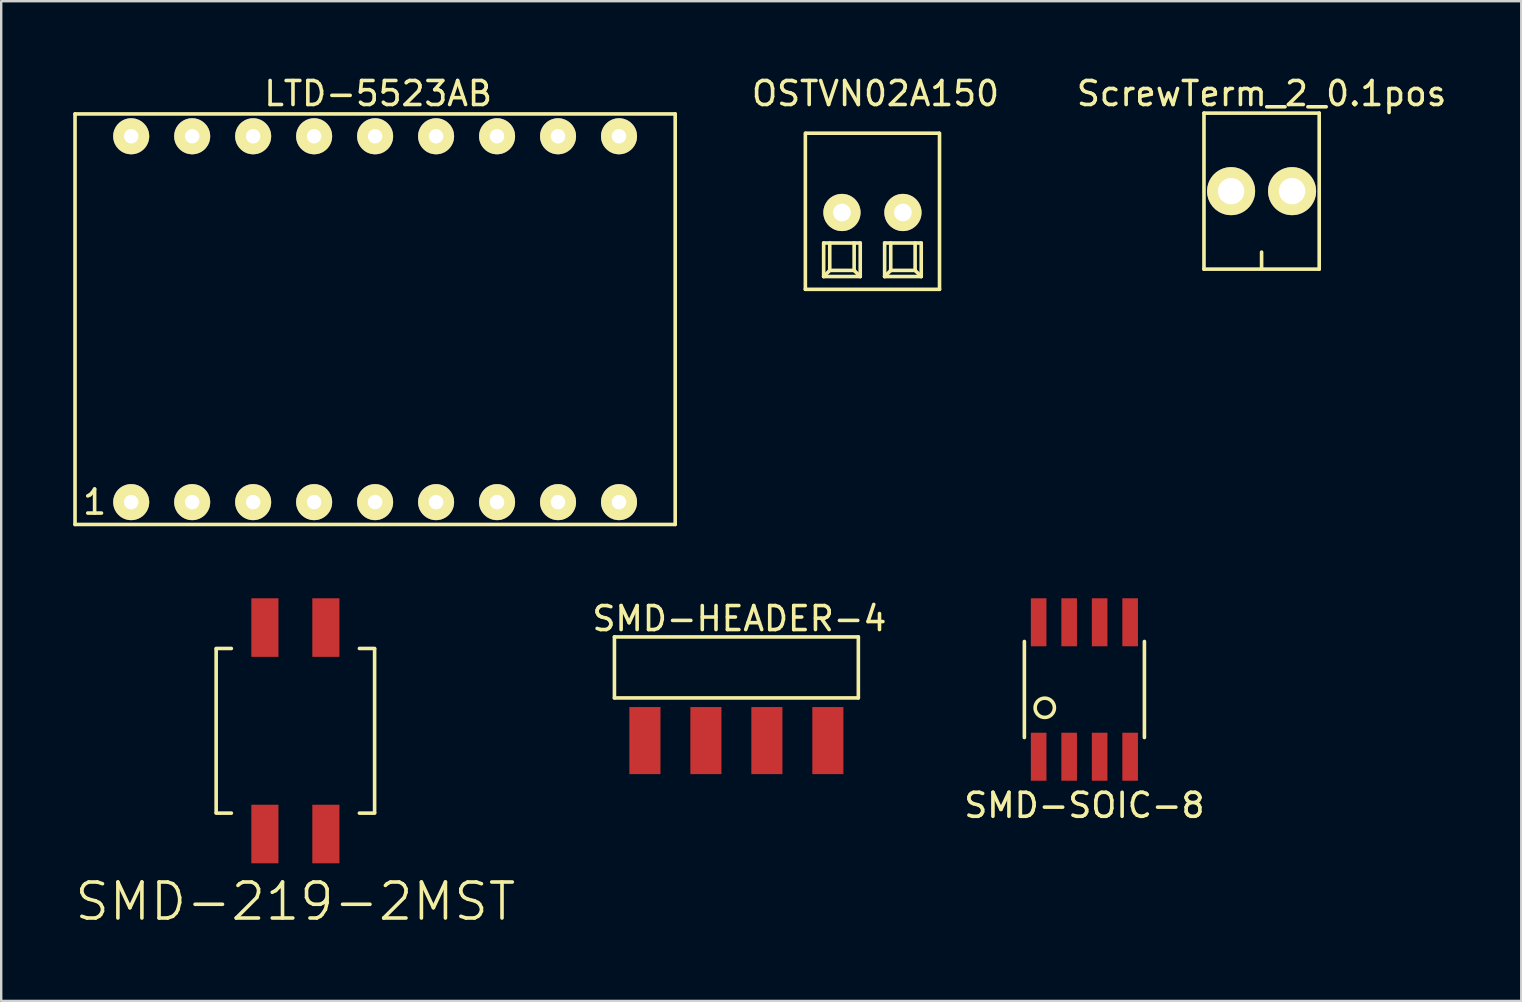
<source format=kicad_pcb>
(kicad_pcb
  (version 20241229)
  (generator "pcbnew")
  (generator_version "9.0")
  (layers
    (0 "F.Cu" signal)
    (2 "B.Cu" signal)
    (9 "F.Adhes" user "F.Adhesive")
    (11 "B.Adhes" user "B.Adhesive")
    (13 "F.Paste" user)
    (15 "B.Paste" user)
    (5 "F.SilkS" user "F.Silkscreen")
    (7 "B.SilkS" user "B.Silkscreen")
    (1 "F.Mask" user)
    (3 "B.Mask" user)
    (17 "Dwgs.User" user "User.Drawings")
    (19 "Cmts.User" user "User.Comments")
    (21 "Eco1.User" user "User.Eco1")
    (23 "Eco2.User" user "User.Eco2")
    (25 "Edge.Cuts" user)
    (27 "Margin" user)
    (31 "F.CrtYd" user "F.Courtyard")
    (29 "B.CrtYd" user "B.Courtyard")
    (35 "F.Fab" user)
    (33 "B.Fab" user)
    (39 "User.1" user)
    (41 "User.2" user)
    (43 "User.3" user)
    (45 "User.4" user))
  (footprint "OSTVN02A150"
    (layer "F.Cu")
    (at 33.291 5.801)
    (property "Reference" "OSTVN02A150" (at 0.127 -4.953 0) (layer "F.SilkS") (effects (font (size 1 1) (thickness 0.15))))
    (attr through_hole)
    (fp_line (start -2.794 3.2) (end -2.794 -3.302) (stroke (width 0.15) (type solid)) (layer "F.SilkS"))
    (fp_line (start -2.77 -3.302) (end 2.77 -3.302) (stroke (width 0.15) (type solid)) (layer "F.SilkS"))
    (fp_line (start -2.032 1.27) (end -2.032 2.667) (stroke (width 0.15) (type solid)) (layer "F.SilkS"))
    (fp_line (start -2.032 2.667) (end -1.778 2.413) (stroke (width 0.15) (type solid)) (layer "F.SilkS"))
    (fp_line (start -2.032 2.667) (end -0.508 2.667) (stroke (width 0.15) (type solid)) (layer "F.SilkS"))
    (fp_line (start -1.778 2.413) (end -1.778 1.27) (stroke (width 0.15) (type solid)) (layer "F.SilkS"))
    (fp_line (start -1.778 2.413) (end -0.762 2.413) (stroke (width 0.15) (type solid)) (layer "F.SilkS"))
    (fp_line (start -0.762 2.413) (end -0.762 1.27) (stroke (width 0.15) (type solid)) (layer "F.SilkS"))
    (fp_line (start -0.762 2.413) (end -0.508 2.667) (stroke (width 0.15) (type solid)) (layer "F.SilkS"))
    (fp_line (start -0.508 1.27) (end -2.032 1.27) (stroke (width 0.15) (type solid)) (layer "F.SilkS"))
    (fp_line (start -0.508 2.667) (end -0.508 1.27) (stroke (width 0.15) (type solid)) (layer "F.SilkS"))
    (fp_line (start 0.508 1.27) (end 2.032 1.27) (stroke (width 0.15) (type solid)) (layer "F.SilkS"))
    (fp_line (start 0.508 2.667) (end 0.508 1.27) (stroke (width 0.15) (type solid)) (layer "F.SilkS"))
    (fp_line (start 0.762 1.27) (end 0.762 2.413) (stroke (width 0.15) (type solid)) (layer "F.SilkS"))
    (fp_line (start 0.762 2.413) (end 0.508 2.667) (stroke (width 0.15) (type solid)) (layer "F.SilkS"))
    (fp_line (start 1.778 2.413) (end 0.762 2.413) (stroke (width 0.15) (type solid)) (layer "F.SilkS"))
    (fp_line (start 1.778 2.413) (end 1.778 1.27) (stroke (width 0.15) (type solid)) (layer "F.SilkS"))
    (fp_line (start 2.032 1.27) (end 2.032 2.667) (stroke (width 0.15) (type solid)) (layer "F.SilkS"))
    (fp_line (start 2.032 2.667) (end 0.508 2.667) (stroke (width 0.15) (type solid)) (layer "F.SilkS"))
    (fp_line (start 2.032 2.667) (end 1.778 2.413) (stroke (width 0.15) (type solid)) (layer "F.SilkS"))
    (fp_line (start 2.794 -3.302) (end 2.794 3.2) (stroke (width 0.15) (type solid)) (layer "F.SilkS"))
    (fp_line (start 2.794 3.2) (end -2.794 3.2) (stroke (width 0.15) (type solid)) (layer "F.SilkS"))
    (pad "1" thru_hole circle (at -1.27 0) (size 1.549 1.549) (drill 0.737) (layers "*.Cu" "*.Mask" "F.SilkS"))
    (pad "2" thru_hole circle (at 1.27 0) (size 1.549 1.549) (drill 0.737) (layers "*.Cu" "*.Mask" "F.SilkS")))
  (footprint "LTD-5523AB"
    (layer "F.Cu")
    (at 12.575 10.246)
    (property "Reference" "LTD-5523AB" (at 0.127 -9.398 0) (layer "F.SilkS") (effects (font (size 1 1) (thickness 0.15))))
    (attr through_hole)
    (fp_line (start -12.5 -8.55) (end 12.5 -8.55) (stroke (width 0.15) (type solid)) (layer "F.SilkS"))
    (fp_line (start -12.5 8.55) (end -12.5 -8.55) (stroke (width 0.15) (type solid)) (layer "F.SilkS"))
    (fp_line (start 12.5 -8.55) (end 12.5 8.55) (stroke (width 0.15) (type solid)) (layer "F.SilkS"))
    (fp_line (start 12.5 8.55) (end -12.5 8.55) (stroke (width 0.15) (type solid)) (layer "F.SilkS"))
    (fp_text user "1" (at -11.684 7.62 0) (layer "F.SilkS") (effects (font (size 1 1) (thickness 0.15))))
    (pad "1" thru_hole circle (at -10.16 7.62) (size 1.5 1.5) (drill 0.6) (layers "*.Cu" "*.Mask" "F.SilkS"))
    (pad "2" thru_hole circle (at -7.62 7.62) (size 1.5 1.5) (drill 0.6) (layers "*.Cu" "*.Mask" "F.SilkS"))
    (pad "3" thru_hole circle (at -5.08 7.62) (size 1.5 1.5) (drill 0.6) (layers "*.Cu" "*.Mask" "F.SilkS"))
    (pad "4" thru_hole circle (at -2.54 7.62) (size 1.5 1.5) (drill 0.6) (layers "*.Cu" "*.Mask" "F.SilkS"))
    (pad "5" thru_hole circle (at 0 7.62) (size 1.5 1.5) (drill 0.6) (layers "*.Cu" "*.Mask" "F.SilkS"))
    (pad "6" thru_hole circle (at 2.54 7.62) (size 1.5 1.5) (drill 0.6) (layers "*.Cu" "*.Mask" "F.SilkS"))
    (pad "7" thru_hole circle (at 5.08 7.62) (size 1.5 1.5) (drill 0.6) (layers "*.Cu" "*.Mask" "F.SilkS"))
    (pad "8" thru_hole circle (at 7.62 7.62) (size 1.5 1.5) (drill 0.6) (layers "*.Cu" "*.Mask" "F.SilkS"))
    (pad "9" thru_hole circle (at 10.16 7.62) (size 1.5 1.5) (drill 0.6) (layers "*.Cu" "*.Mask" "F.SilkS"))
    (pad "10" thru_hole circle (at 10.16 -7.62) (size 1.5 1.5) (drill 0.6) (layers "*.Cu" "*.Mask" "F.SilkS"))
    (pad "11" thru_hole circle (at 7.62 -7.62) (size 1.5 1.5) (drill 0.6) (layers "*.Cu" "*.Mask" "F.SilkS"))
    (pad "12" thru_hole circle (at 5.08 -7.62) (size 1.5 1.5) (drill 0.6) (layers "*.Cu" "*.Mask" "F.SilkS"))
    (pad "13" thru_hole circle (at 2.54 -7.62) (size 1.5 1.5) (drill 0.6) (layers "*.Cu" "*.Mask" "F.SilkS"))
    (pad "14" thru_hole circle (at 0 -7.62) (size 1.5 1.5) (drill 0.6) (layers "*.Cu" "*.Mask" "F.SilkS"))
    (pad "15" thru_hole circle (at -2.54 -7.62) (size 1.5 1.5) (drill 0.6) (layers "*.Cu" "*.Mask" "F.SilkS"))
    (pad "16" thru_hole circle (at -5.08 -7.62) (size 1.5 1.5) (drill 0.6) (layers "*.Cu" "*.Mask" "F.SilkS"))
    (pad "17" thru_hole circle (at -7.62 -7.62) (size 1.5 1.5) (drill 0.6) (layers "*.Cu" "*.Mask" "F.SilkS"))
    (pad "18" thru_hole circle (at -10.16 -7.62) (size 1.5 1.5) (drill 0.6) (layers "*.Cu" "*.Mask" "F.SilkS")))
  (footprint "SMD-SOIC-8"
    (layer "F.Cu")
    (at 42.12 25.671)
    (property "Reference" "SMD-SOIC-8" (at 0 4.826 0) (layer "F.SilkS") (effects (font (size 1 1) (thickness 0.15))))
    (attr through_hole)
    (fp_line (start -2.5 -2) (end -2.5 2) (stroke (width 0.15) (type solid)) (layer "F.SilkS"))
    (fp_line (start 2.5 -2) (end 2.5 2) (stroke (width 0.15) (type solid)) (layer "F.SilkS"))
    (fp_circle (center -1.651 0.762) (end -1.27 0.889) (stroke (width 0.15) (type solid)) (fill no) (layer "F.SilkS"))
    (pad "1" smd rect (at -1.905 2.8) (size 0.65 2) (layers "F.Cu" "F.Mask" "F.Paste"))
    (pad "2" smd rect (at -0.635 2.8) (size 0.65 2) (layers "F.Cu" "F.Mask" "F.Paste"))
    (pad "3" smd rect (at 0.635 2.8) (size 0.65 2) (layers "F.Cu" "F.Mask" "F.Paste"))
    (pad "4" smd rect (at 1.905 2.8) (size 0.65 2) (layers "F.Cu" "F.Mask" "F.Paste"))
    (pad "5" smd rect (at 1.905 -2.8) (size 0.65 2) (layers "F.Cu" "F.Mask" "F.Paste"))
    (pad "6" smd rect (at 0.635 -2.8) (size 0.65 2) (layers "F.Cu" "F.Mask" "F.Paste"))
    (pad "7" smd rect (at -0.635 -2.8) (size 0.65 2) (layers "F.Cu" "F.Mask" "F.Paste"))
    (pad "8" smd rect (at -1.905 -2.8) (size 0.65 2) (layers "F.Cu" "F.Mask" "F.Paste")))
  (footprint "SMD-219-2MST"
    (layer "F.Cu")
    (at 9.254 27.391)
    (property "Reference" "SMD-219-2MST" (at 0 7.112 0) (layer "F.SilkS") (effects (font (size 1.5 1.5) (thickness 0.15))))
    (attr through_hole)
    (fp_line (start -3.302 -3.429) (end -2.667 -3.429) (stroke (width 0.15) (type solid)) (layer "F.SilkS"))
    (fp_line (start -3.302 3.429) (end -2.667 3.429) (stroke (width 0.15) (type solid)) (layer "F.SilkS"))
    (fp_line (start -3.3 -3.4) (end -3.3 3.4) (stroke (width 0.15) (type solid)) (layer "F.SilkS"))
    (fp_line (start 3.3 -3.4) (end 3.3 3.4) (stroke (width 0.15) (type solid)) (layer "F.SilkS"))
    (fp_line (start 3.302 -3.429) (end 2.667 -3.429) (stroke (width 0.15) (type solid)) (layer "F.SilkS"))
    (fp_line (start 3.302 3.429) (end 2.667 3.429) (stroke (width 0.15) (type solid)) (layer "F.SilkS"))
    (pad "1" smd rect (at 1.27 -4.3) (size 1.13 2.44) (layers "F.Cu" "F.Mask" "F.Paste"))
    (pad "2" smd rect (at -1.27 -4.3) (size 1.13 2.44) (layers "F.Cu" "F.Mask" "F.Paste"))
    (pad "3" smd rect (at -1.27 4.3) (size 1.13 2.44) (layers "F.Cu" "F.Mask" "F.Paste"))
    (pad "4" smd rect (at 1.27 4.3) (size 1.13 2.44) (layers "F.Cu" "F.Mask" "F.Paste")))
  (footprint "ScrewTerm_2_0.1pos"
    (layer "F.Cu")
    (at 49.501 4.912)
    (property "Reference" "ScrewTerm_2_0.1pos" (at 0 -4.064 0) (layer "F.SilkS") (effects (font (size 1 1) (thickness 0.15))))
    (attr through_hole)
    (fp_line (start -2.4 -3.25) (end 2.4 -3.25) (stroke (width 0.15) (type solid)) (layer "F.SilkS"))
    (fp_line (start -2.4 3.25) (end -2.4 -3.25) (stroke (width 0.15) (type solid)) (layer "F.SilkS"))
    (fp_line (start 0 3.175) (end 0 2.54) (stroke (width 0.15) (type solid)) (layer "F.SilkS"))
    (fp_line (start 2.4 -3.25) (end 2.4 3.25) (stroke (width 0.15) (type solid)) (layer "F.SilkS"))
    (fp_line (start 2.4 3.25) (end -2.4 3.25) (stroke (width 0.15) (type solid)) (layer "F.SilkS"))
    (pad "1" thru_hole circle (at -1.27 0) (size 2 2) (drill 1.1) (layers "*.Cu" "*.Mask" "F.SilkS"))
    (pad "2" thru_hole circle (at 1.27 0) (size 2 2) (drill 1.1) (layers "*.Cu" "*.Mask" "F.SilkS")))
  (footprint "SMD-HEADER-4"
    (layer "F.Cu")
    (at 27.624 27.799)
    (property "Reference" "SMD-HEADER-4" (at 0.127 -5.08 0) (layer "F.SilkS") (effects (font (size 1 1) (thickness 0.15))))
    (attr through_hole)
    (fp_line (start -5.08 -4.318) (end 5.08 -4.318) (stroke (width 0.15) (type solid)) (layer "F.SilkS"))
    (fp_line (start -5.08 -1.778) (end -5.08 -4.318) (stroke (width 0.15) (type solid)) (layer "F.SilkS"))
    (fp_line (start 5.08 -4.318) (end 5.08 -1.778) (stroke (width 0.15) (type solid)) (layer "F.SilkS"))
    (fp_line (start 5.08 -1.778) (end -5.08 -1.778) (stroke (width 0.15) (type solid)) (layer "F.SilkS"))
    (pad "1" smd rect (at -3.81 0) (size 1.295 2.794) (layers "F.Cu" "F.Mask" "F.Paste"))
    (pad "2" smd rect (at -1.27 0) (size 1.295 2.794) (layers "F.Cu" "F.Mask" "F.Paste"))
    (pad "3" smd rect (at 1.27 0) (size 1.295 2.794) (layers "F.Cu" "F.Mask" "F.Paste"))
    (pad "4" smd rect (at 3.81 0) (size 1.295 2.794) (layers "F.Cu" "F.Mask" "F.Paste")))
  (gr_rect
    (start -3 -3)
    (end 60.317 38.644)
    (stroke (width 0.1) (type default))
    (fill no)
    (layer "Edge.Cuts")))
</source>
